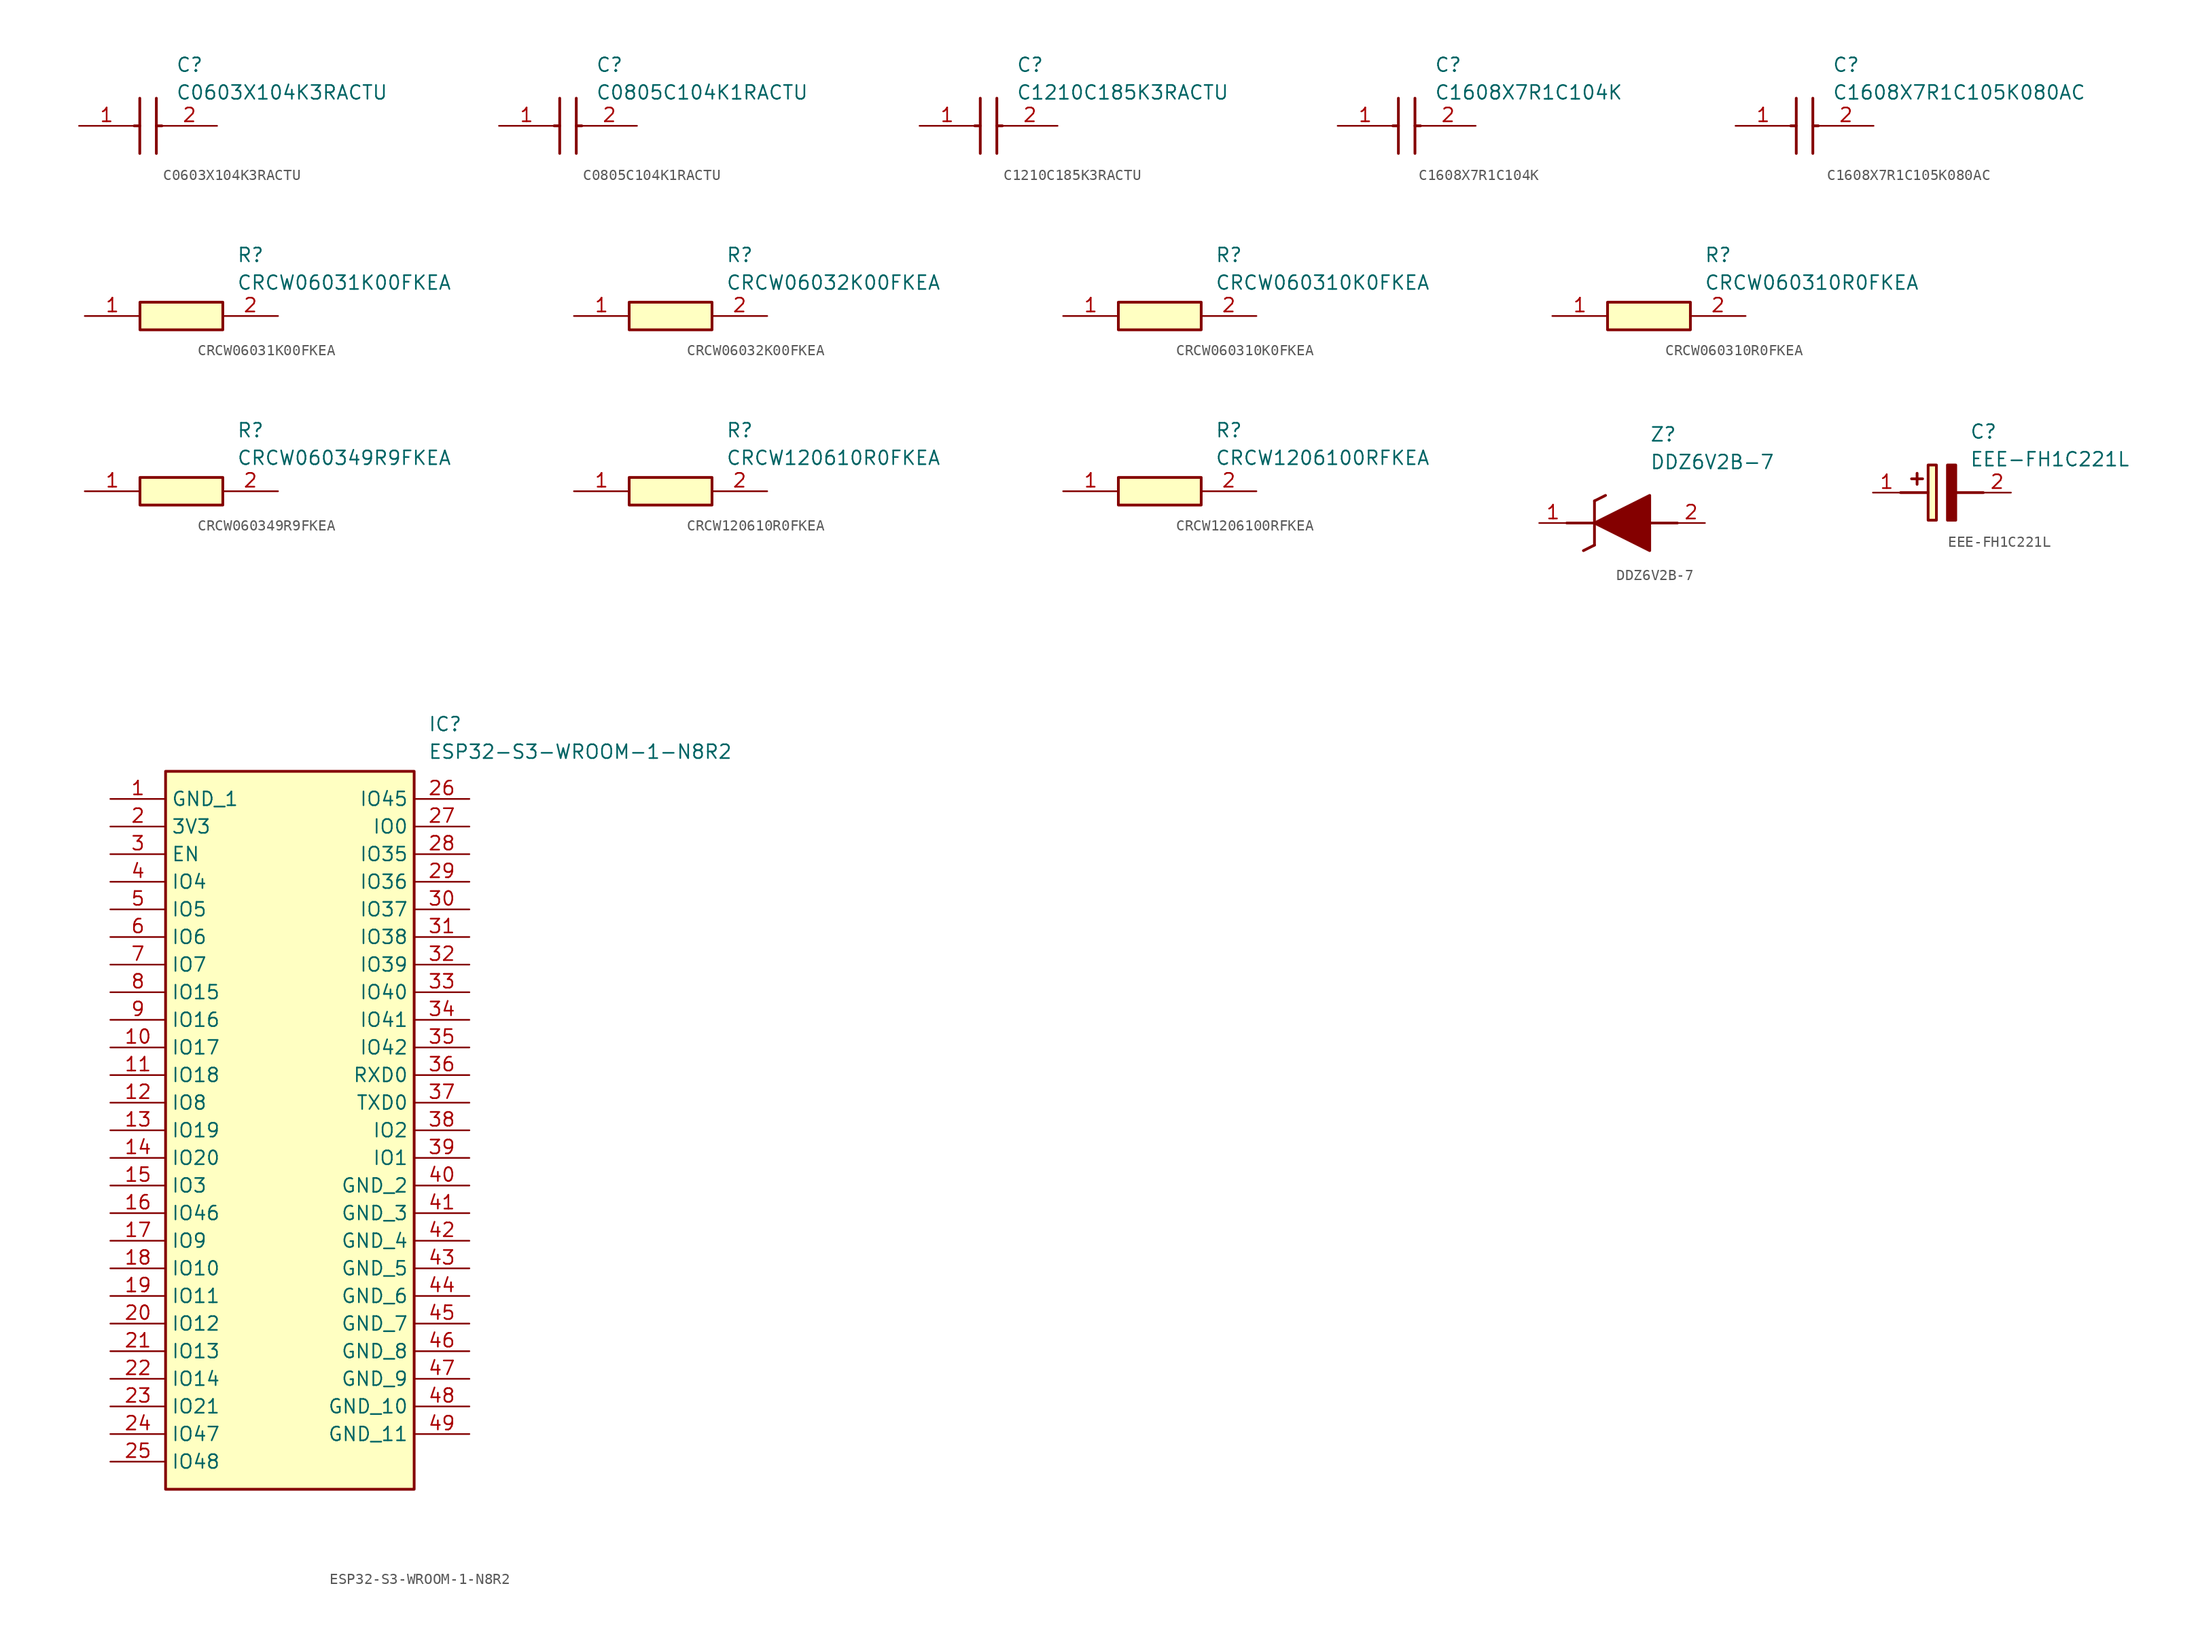
<source format=kicad_sym>
(kicad_symbol_lib
  (version 20220914)
  (generator kicad_symbol_editor)
  (symbol "C0603X104K3RACTU"
    (pin_names hide)
    (property "Reference" "C"
      (at 8.89 6.35 0)
      (effects (font (size 1.27 1.27)) (justify left top)))
    (property "Value" "C0603X104K3RACTU"
      (at 8.89 3.81 0)
      (effects (font (size 1.27 1.27)) (justify left top)))
    (symbol "C0603X104K3RACTU_1_1"
      (polyline (pts (xy 5.08 0) (xy 5.588 0)) (stroke (width 0.254) (type default)) (fill (type none)))
      (polyline (pts (xy 5.588 2.54) (xy 5.588 -2.54)) (stroke (width 0.254) (type default)) (fill (type none)))
      (polyline (pts (xy 7.112 0) (xy 7.62 0)) (stroke (width 0.254) (type default)) (fill (type none)))
      (polyline (pts (xy 7.112 2.54) (xy 7.112 -2.54)) (stroke (width 0.254) (type default)) (fill (type none)))
      (pin passive line (at 0 0 0) (length 5.08) (name "1" (effects (font (size 1.27 1.27)))) (number "1" (effects (font (size 1.27 1.27)))))
      (pin passive line (at 12.7 0 180) (length 5.08) (name "2" (effects (font (size 1.27 1.27)))) (number "2" (effects (font (size 1.27 1.27)))))))
  (symbol "C0805C104K1RACTU"
    (pin_names hide)
    (property "Reference" "C"
      (at 8.89 6.35 0)
      (effects (font (size 1.27 1.27)) (justify left top)))
    (property "Value" "C0805C104K1RACTU"
      (at 8.89 3.81 0)
      (effects (font (size 1.27 1.27)) (justify left top)))
    (symbol "C0805C104K1RACTU_1_1"
      (polyline (pts (xy 5.08 0) (xy 5.588 0)) (stroke (width 0.254) (type default)) (fill (type none)))
      (polyline (pts (xy 5.588 2.54) (xy 5.588 -2.54)) (stroke (width 0.254) (type default)) (fill (type none)))
      (polyline (pts (xy 7.112 0) (xy 7.62 0)) (stroke (width 0.254) (type default)) (fill (type none)))
      (polyline (pts (xy 7.112 2.54) (xy 7.112 -2.54)) (stroke (width 0.254) (type default)) (fill (type none)))
      (pin passive line (at 0 0 0) (length 5.08) (name "1" (effects (font (size 1.27 1.27)))) (number "1" (effects (font (size 1.27 1.27)))))
      (pin passive line (at 12.7 0 180) (length 5.08) (name "2" (effects (font (size 1.27 1.27)))) (number "2" (effects (font (size 1.27 1.27)))))))
  (symbol "C1210C185K3RACTU"
    (pin_names hide)
    (property "Reference" "C"
      (at 8.89 6.35 0)
      (effects (font (size 1.27 1.27)) (justify left top)))
    (property "Value" "C1210C185K3RACTU"
      (at 8.89 3.81 0)
      (effects (font (size 1.27 1.27)) (justify left top)))
    (symbol "C1210C185K3RACTU_1_1"
      (polyline (pts (xy 5.08 0) (xy 5.588 0)) (stroke (width 0.254) (type default)) (fill (type none)))
      (polyline (pts (xy 5.588 2.54) (xy 5.588 -2.54)) (stroke (width 0.254) (type default)) (fill (type none)))
      (polyline (pts (xy 7.112 0) (xy 7.62 0)) (stroke (width 0.254) (type default)) (fill (type none)))
      (polyline (pts (xy 7.112 2.54) (xy 7.112 -2.54)) (stroke (width 0.254) (type default)) (fill (type none)))
      (pin passive line (at 0 0 0) (length 5.08) (name "1" (effects (font (size 1.27 1.27)))) (number "1" (effects (font (size 1.27 1.27)))))
      (pin passive line (at 12.7 0 180) (length 5.08) (name "2" (effects (font (size 1.27 1.27)))) (number "2" (effects (font (size 1.27 1.27)))))))
  (symbol "C1608X7R1C104K"
    (pin_names hide)
    (property "Reference" "C"
      (at 8.89 6.35 0)
      (effects (font (size 1.27 1.27)) (justify left top)))
    (property "Value" "C1608X7R1C104K"
      (at 8.89 3.81 0)
      (effects (font (size 1.27 1.27)) (justify left top)))
    (symbol "C1608X7R1C104K_1_1"
      (polyline (pts (xy 5.08 0) (xy 5.588 0)) (stroke (width 0.254) (type default)) (fill (type none)))
      (polyline (pts (xy 5.588 2.54) (xy 5.588 -2.54)) (stroke (width 0.254) (type default)) (fill (type none)))
      (polyline (pts (xy 7.112 0) (xy 7.62 0)) (stroke (width 0.254) (type default)) (fill (type none)))
      (polyline (pts (xy 7.112 2.54) (xy 7.112 -2.54)) (stroke (width 0.254) (type default)) (fill (type none)))
      (pin passive line (at 0 0 0) (length 5.08) (name "1" (effects (font (size 1.27 1.27)))) (number "1" (effects (font (size 1.27 1.27)))))
      (pin passive line (at 12.7 0 180) (length 5.08) (name "2" (effects (font (size 1.27 1.27)))) (number "2" (effects (font (size 1.27 1.27)))))))
  (symbol "C1608X7R1C105K080AC"
    (pin_names hide)
    (property "Reference" "C"
      (at 8.89 6.35 0)
      (effects (font (size 1.27 1.27)) (justify left top)))
    (property "Value" "C1608X7R1C105K080AC"
      (at 8.89 3.81 0)
      (effects (font (size 1.27 1.27)) (justify left top)))
    (symbol "C1608X7R1C105K080AC_1_1"
      (polyline (pts (xy 5.08 0) (xy 5.588 0)) (stroke (width 0.254) (type default)) (fill (type none)))
      (polyline (pts (xy 5.588 2.54) (xy 5.588 -2.54)) (stroke (width 0.254) (type default)) (fill (type none)))
      (polyline (pts (xy 7.112 0) (xy 7.62 0)) (stroke (width 0.254) (type default)) (fill (type none)))
      (polyline (pts (xy 7.112 2.54) (xy 7.112 -2.54)) (stroke (width 0.254) (type default)) (fill (type none)))
      (pin passive line (at 0 0 0) (length 5.08) (name "1" (effects (font (size 1.27 1.27)))) (number "1" (effects (font (size 1.27 1.27)))))
      (pin passive line (at 12.7 0 180) (length 5.08) (name "2" (effects (font (size 1.27 1.27)))) (number "2" (effects (font (size 1.27 1.27)))))))
  (symbol "CRCW06031K00FKEA"
    (pin_names hide)
    (property "Reference" "R"
      (at 13.97 6.35 0)
      (effects (font (size 1.27 1.27)) (justify left top)))
    (property "Value" "CRCW06031K00FKEA"
      (at 13.97 3.81 0)
      (effects (font (size 1.27 1.27)) (justify left top)))
    (symbol "CRCW06031K00FKEA_1_1"
      (rectangle (start 5.08 1.27) (end 12.7 -1.27) (stroke (width 0.254) (type default)) (fill (type background)))
      (pin passive line (at 0 0 0) (length 5.08) (name "1" (effects (font (size 1.27 1.27)))) (number "1" (effects (font (size 1.27 1.27)))))
      (pin passive line (at 17.78 0 180) (length 5.08) (name "2" (effects (font (size 1.27 1.27)))) (number "2" (effects (font (size 1.27 1.27)))))))
  (symbol "CRCW06032K00FKEA"
    (pin_names hide)
    (property "Reference" "R"
      (at 13.97 6.35 0)
      (effects (font (size 1.27 1.27)) (justify left top)))
    (property "Value" "CRCW06032K00FKEA"
      (at 13.97 3.81 0)
      (effects (font (size 1.27 1.27)) (justify left top)))
    (symbol "CRCW06032K00FKEA_1_1"
      (rectangle (start 5.08 1.27) (end 12.7 -1.27) (stroke (width 0.254) (type default)) (fill (type background)))
      (pin passive line (at 0 0 0) (length 5.08) (name "1" (effects (font (size 1.27 1.27)))) (number "1" (effects (font (size 1.27 1.27)))))
      (pin passive line (at 17.78 0 180) (length 5.08) (name "2" (effects (font (size 1.27 1.27)))) (number "2" (effects (font (size 1.27 1.27)))))))
  (symbol "CRCW060310K0FKEA"
    (pin_names hide)
    (property "Reference" "R"
      (at 13.97 6.35 0)
      (effects (font (size 1.27 1.27)) (justify left top)))
    (property "Value" "CRCW060310K0FKEA"
      (at 13.97 3.81 0)
      (effects (font (size 1.27 1.27)) (justify left top)))
    (symbol "CRCW060310K0FKEA_1_1"
      (rectangle (start 5.08 1.27) (end 12.7 -1.27) (stroke (width 0.254) (type default)) (fill (type background)))
      (pin passive line (at 0 0 0) (length 5.08) (name "1" (effects (font (size 1.27 1.27)))) (number "1" (effects (font (size 1.27 1.27)))))
      (pin passive line (at 17.78 0 180) (length 5.08) (name "2" (effects (font (size 1.27 1.27)))) (number "2" (effects (font (size 1.27 1.27)))))))
  (symbol "CRCW060310R0FKEA"
    (pin_names hide)
    (property "Reference" "R"
      (at 13.97 6.35 0)
      (effects (font (size 1.27 1.27)) (justify left top)))
    (property "Value" "CRCW060310R0FKEA"
      (at 13.97 3.81 0)
      (effects (font (size 1.27 1.27)) (justify left top)))
    (symbol "CRCW060310R0FKEA_1_1"
      (rectangle (start 5.08 1.27) (end 12.7 -1.27) (stroke (width 0.254) (type default)) (fill (type background)))
      (pin passive line (at 0 0 0) (length 5.08) (name "1" (effects (font (size 1.27 1.27)))) (number "1" (effects (font (size 1.27 1.27)))))
      (pin passive line (at 17.78 0 180) (length 5.08) (name "2" (effects (font (size 1.27 1.27)))) (number "2" (effects (font (size 1.27 1.27)))))))
  (symbol "CRCW060349R9FKEA"
    (pin_names hide)
    (property "Reference" "R"
      (at 13.97 6.35 0)
      (effects (font (size 1.27 1.27)) (justify left top)))
    (property "Value" "CRCW060349R9FKEA"
      (at 13.97 3.81 0)
      (effects (font (size 1.27 1.27)) (justify left top)))
    (symbol "CRCW060349R9FKEA_1_1"
      (rectangle (start 5.08 1.27) (end 12.7 -1.27) (stroke (width 0.254) (type default)) (fill (type background)))
      (pin passive line (at 0 0 0) (length 5.08) (name "1" (effects (font (size 1.27 1.27)))) (number "1" (effects (font (size 1.27 1.27)))))
      (pin passive line (at 17.78 0 180) (length 5.08) (name "2" (effects (font (size 1.27 1.27)))) (number "2" (effects (font (size 1.27 1.27)))))))
  (symbol "CRCW120610R0FKEA"
    (pin_names hide)
    (property "Reference" "R"
      (at 13.97 6.35 0)
      (effects (font (size 1.27 1.27)) (justify left top)))
    (property "Value" "CRCW120610R0FKEA"
      (at 13.97 3.81 0)
      (effects (font (size 1.27 1.27)) (justify left top)))
    (symbol "CRCW120610R0FKEA_1_1"
      (rectangle (start 5.08 1.27) (end 12.7 -1.27) (stroke (width 0.254) (type default)) (fill (type background)))
      (pin passive line (at 0 0 0) (length 5.08) (name "1" (effects (font (size 1.27 1.27)))) (number "1" (effects (font (size 1.27 1.27)))))
      (pin passive line (at 17.78 0 180) (length 5.08) (name "2" (effects (font (size 1.27 1.27)))) (number "2" (effects (font (size 1.27 1.27)))))))
  (symbol "CRCW1206100RFKEA"
    (pin_names hide)
    (property "Reference" "R"
      (at 13.97 6.35 0)
      (effects (font (size 1.27 1.27)) (justify left top)))
    (property "Value" "CRCW1206100RFKEA"
      (at 13.97 3.81 0)
      (effects (font (size 1.27 1.27)) (justify left top)))
    (symbol "CRCW1206100RFKEA_1_1"
      (rectangle (start 5.08 1.27) (end 12.7 -1.27) (stroke (width 0.254) (type default)) (fill (type background)))
      (pin passive line (at 0 0 0) (length 5.08) (name "1" (effects (font (size 1.27 1.27)))) (number "1" (effects (font (size 1.27 1.27)))))
      (pin passive line (at 17.78 0 180) (length 5.08) (name "2" (effects (font (size 1.27 1.27)))) (number "2" (effects (font (size 1.27 1.27)))))))
  (symbol "DDZ6V2B-7"
    (pin_names hide)
    (property "Reference" "Z"
      (at 10.16 8.89 0)
      (effects (font (size 1.27 1.27)) (justify left top)))
    (property "Value" "DDZ6V2B-7"
      (at 10.16 6.35 0)
      (effects (font (size 1.27 1.27)) (justify left top)))
    (symbol "DDZ6V2B-7_1_1"
      (polyline (pts (xy 2.54 0) (xy 5.08 0)) (stroke (width 0.254) (type default)) (fill (type none)))
      (polyline (pts (xy 4.064 -2.54) (xy 5.08 -2.032)) (stroke (width 0.254) (type default)) (fill (type none)))
      (polyline (pts (xy 5.08 2.032) (xy 5.08 -2.032)) (stroke (width 0.254) (type default)) (fill (type none)))
      (polyline (pts (xy 5.08 2.032) (xy 6.096 2.54)) (stroke (width 0.254) (type default)) (fill (type none)))
      (polyline (pts (xy 12.7 0) (xy 10.16 0)) (stroke (width 0.254) (type default)) (fill (type none)))
      (polyline (pts (xy 5.08 0) (xy 10.16 2.54) (xy 10.16 -2.54) (xy 5.08 0)) (stroke (width 0.254) (type default)) (fill (type outline)))
      (pin passive line (at 0 0 0) (length 2.54) (name "K" (effects (font (size 1.27 1.27)))) (number "1" (effects (font (size 1.27 1.27)))))
      (pin passive line (at 15.24 0 180) (length 2.54) (name "A" (effects (font (size 1.27 1.27)))) (number "2" (effects (font (size 1.27 1.27)))))))
  (symbol "EEE-FH1C221L"
    (pin_names hide)
    (property "Reference" "C"
      (at 8.89 6.35 0)
      (effects (font (size 1.27 1.27)) (justify left top)))
    (property "Value" "EEE-FH1C221L"
      (at 8.89 3.81 0)
      (effects (font (size 1.27 1.27)) (justify left top)))
    (symbol "EEE-FH1C221L_1_1"
      (polyline (pts (xy 2.54 0) (xy 5.08 0)) (stroke (width 0.254) (type default)) (fill (type none)))
      (polyline (pts (xy 4.064 1.778) (xy 4.064 0.762)) (stroke (width 0.254) (type default)) (fill (type none)))
      (polyline (pts (xy 4.572 1.27) (xy 3.556 1.27)) (stroke (width 0.254) (type default)) (fill (type none)))
      (polyline (pts (xy 7.62 0) (xy 10.16 0)) (stroke (width 0.254) (type default)) (fill (type none)))
      (polyline (pts (xy 7.62 2.54) (xy 7.62 -2.54) (xy 6.858 -2.54) (xy 6.858 2.54) (xy 7.62 2.54)) (stroke (width 0.254) (type default)) (fill (type outline)))
      (rectangle (start 5.08 2.54) (end 5.842 -2.54) (stroke (width 0.254) (type default)) (fill (type background)))
      (pin passive line (at 0 0 0) (length 2.54) (name "+" (effects (font (size 1.27 1.27)))) (number "1" (effects (font (size 1.27 1.27)))))
      (pin passive line (at 12.7 0 180) (length 2.54) (name "-" (effects (font (size 1.27 1.27)))) (number "2" (effects (font (size 1.27 1.27)))))))
  (symbol "ESP32-S3-WROOM-1-N8R2"
    (property "Reference" "IC"
      (at 29.21 7.62 0)
      (effects (font (size 1.27 1.27)) (justify left top)))
    (property "Value" "ESP32-S3-WROOM-1-N8R2"
      (at 29.21 5.08 0)
      (effects (font (size 1.27 1.27)) (justify left top)))
    (symbol "ESP32-S3-WROOM-1-N8R2_1_1"
      (rectangle (start 5.08 2.54) (end 27.94 -63.5) (stroke (width 0.254) (type default)) (fill (type background)))
      (pin passive line (at 0 0 0) (length 5.08) (name "GND_1" (effects (font (size 1.27 1.27)))) (number "1" (effects (font (size 1.27 1.27)))))
      (pin passive line (at 0 -22.86 0) (length 5.08) (name "IO17" (effects (font (size 1.27 1.27)))) (number "10" (effects (font (size 1.27 1.27)))))
      (pin passive line (at 0 -25.4 0) (length 5.08) (name "IO18" (effects (font (size 1.27 1.27)))) (number "11" (effects (font (size 1.27 1.27)))))
      (pin passive line (at 0 -27.94 0) (length 5.08) (name "IO8" (effects (font (size 1.27 1.27)))) (number "12" (effects (font (size 1.27 1.27)))))
      (pin passive line (at 0 -30.48 0) (length 5.08) (name "IO19" (effects (font (size 1.27 1.27)))) (number "13" (effects (font (size 1.27 1.27)))))
      (pin passive line (at 0 -33.02 0) (length 5.08) (name "IO20" (effects (font (size 1.27 1.27)))) (number "14" (effects (font (size 1.27 1.27)))))
      (pin passive line (at 0 -35.56 0) (length 5.08) (name "IO3" (effects (font (size 1.27 1.27)))) (number "15" (effects (font (size 1.27 1.27)))))
      (pin passive line (at 0 -38.1 0) (length 5.08) (name "IO46" (effects (font (size 1.27 1.27)))) (number "16" (effects (font (size 1.27 1.27)))))
      (pin passive line (at 0 -40.64 0) (length 5.08) (name "IO9" (effects (font (size 1.27 1.27)))) (number "17" (effects (font (size 1.27 1.27)))))
      (pin passive line (at 0 -43.18 0) (length 5.08) (name "IO10" (effects (font (size 1.27 1.27)))) (number "18" (effects (font (size 1.27 1.27)))))
      (pin passive line (at 0 -45.72 0) (length 5.08) (name "IO11" (effects (font (size 1.27 1.27)))) (number "19" (effects (font (size 1.27 1.27)))))
      (pin passive line (at 0 -2.54 0) (length 5.08) (name "3V3" (effects (font (size 1.27 1.27)))) (number "2" (effects (font (size 1.27 1.27)))))
      (pin passive line (at 0 -48.26 0) (length 5.08) (name "IO12" (effects (font (size 1.27 1.27)))) (number "20" (effects (font (size 1.27 1.27)))))
      (pin passive line (at 0 -50.8 0) (length 5.08) (name "IO13" (effects (font (size 1.27 1.27)))) (number "21" (effects (font (size 1.27 1.27)))))
      (pin passive line (at 0 -53.34 0) (length 5.08) (name "IO14" (effects (font (size 1.27 1.27)))) (number "22" (effects (font (size 1.27 1.27)))))
      (pin passive line (at 0 -55.88 0) (length 5.08) (name "IO21" (effects (font (size 1.27 1.27)))) (number "23" (effects (font (size 1.27 1.27)))))
      (pin passive line (at 0 -58.42 0) (length 5.08) (name "IO47" (effects (font (size 1.27 1.27)))) (number "24" (effects (font (size 1.27 1.27)))))
      (pin passive line (at 0 -60.96 0) (length 5.08) (name "IO48" (effects (font (size 1.27 1.27)))) (number "25" (effects (font (size 1.27 1.27)))))
      (pin passive line (at 33.02 0 180) (length 5.08) (name "IO45" (effects (font (size 1.27 1.27)))) (number "26" (effects (font (size 1.27 1.27)))))
      (pin passive line (at 33.02 -2.54 180) (length 5.08) (name "IO0" (effects (font (size 1.27 1.27)))) (number "27" (effects (font (size 1.27 1.27)))))
      (pin passive line (at 33.02 -5.08 180) (length 5.08) (name "IO35" (effects (font (size 1.27 1.27)))) (number "28" (effects (font (size 1.27 1.27)))))
      (pin passive line (at 33.02 -7.62 180) (length 5.08) (name "IO36" (effects (font (size 1.27 1.27)))) (number "29" (effects (font (size 1.27 1.27)))))
      (pin passive line (at 0 -5.08 0) (length 5.08) (name "EN" (effects (font (size 1.27 1.27)))) (number "3" (effects (font (size 1.27 1.27)))))
      (pin passive line (at 33.02 -10.16 180) (length 5.08) (name "IO37" (effects (font (size 1.27 1.27)))) (number "30" (effects (font (size 1.27 1.27)))))
      (pin passive line (at 33.02 -12.7 180) (length 5.08) (name "IO38" (effects (font (size 1.27 1.27)))) (number "31" (effects (font (size 1.27 1.27)))))
      (pin passive line (at 33.02 -15.24 180) (length 5.08) (name "IO39" (effects (font (size 1.27 1.27)))) (number "32" (effects (font (size 1.27 1.27)))))
      (pin passive line (at 33.02 -17.78 180) (length 5.08) (name "IO40" (effects (font (size 1.27 1.27)))) (number "33" (effects (font (size 1.27 1.27)))))
      (pin passive line (at 33.02 -20.32 180) (length 5.08) (name "IO41" (effects (font (size 1.27 1.27)))) (number "34" (effects (font (size 1.27 1.27)))))
      (pin passive line (at 33.02 -22.86 180) (length 5.08) (name "IO42" (effects (font (size 1.27 1.27)))) (number "35" (effects (font (size 1.27 1.27)))))
      (pin passive line (at 33.02 -25.4 180) (length 5.08) (name "RXD0" (effects (font (size 1.27 1.27)))) (number "36" (effects (font (size 1.27 1.27)))))
      (pin passive line (at 33.02 -27.94 180) (length 5.08) (name "TXD0" (effects (font (size 1.27 1.27)))) (number "37" (effects (font (size 1.27 1.27)))))
      (pin passive line (at 33.02 -30.48 180) (length 5.08) (name "IO2" (effects (font (size 1.27 1.27)))) (number "38" (effects (font (size 1.27 1.27)))))
      (pin passive line (at 33.02 -33.02 180) (length 5.08) (name "IO1" (effects (font (size 1.27 1.27)))) (number "39" (effects (font (size 1.27 1.27)))))
      (pin passive line (at 0 -7.62 0) (length 5.08) (name "IO4" (effects (font (size 1.27 1.27)))) (number "4" (effects (font (size 1.27 1.27)))))
      (pin passive line (at 33.02 -35.56 180) (length 5.08) (name "GND_2" (effects (font (size 1.27 1.27)))) (number "40" (effects (font (size 1.27 1.27)))))
      (pin passive line (at 33.02 -38.1 180) (length 5.08) (name "GND_3" (effects (font (size 1.27 1.27)))) (number "41" (effects (font (size 1.27 1.27)))))
      (pin passive line (at 33.02 -40.64 180) (length 5.08) (name "GND_4" (effects (font (size 1.27 1.27)))) (number "42" (effects (font (size 1.27 1.27)))))
      (pin passive line (at 33.02 -43.18 180) (length 5.08) (name "GND_5" (effects (font (size 1.27 1.27)))) (number "43" (effects (font (size 1.27 1.27)))))
      (pin passive line (at 33.02 -45.72 180) (length 5.08) (name "GND_6" (effects (font (size 1.27 1.27)))) (number "44" (effects (font (size 1.27 1.27)))))
      (pin passive line (at 33.02 -48.26 180) (length 5.08) (name "GND_7" (effects (font (size 1.27 1.27)))) (number "45" (effects (font (size 1.27 1.27)))))
      (pin passive line (at 33.02 -50.8 180) (length 5.08) (name "GND_8" (effects (font (size 1.27 1.27)))) (number "46" (effects (font (size 1.27 1.27)))))
      (pin passive line (at 33.02 -53.34 180) (length 5.08) (name "GND_9" (effects (font (size 1.27 1.27)))) (number "47" (effects (font (size 1.27 1.27)))))
      (pin passive line (at 33.02 -55.88 180) (length 5.08) (name "GND_10" (effects (font (size 1.27 1.27)))) (number "48" (effects (font (size 1.27 1.27)))))
      (pin passive line (at 33.02 -58.42 180) (length 5.08) (name "GND_11" (effects (font (size 1.27 1.27)))) (number "49" (effects (font (size 1.27 1.27)))))
      (pin passive line (at 0 -10.16 0) (length 5.08) (name "IO5" (effects (font (size 1.27 1.27)))) (number "5" (effects (font (size 1.27 1.27)))))
      (pin passive line (at 0 -12.7 0) (length 5.08) (name "IO6" (effects (font (size 1.27 1.27)))) (number "6" (effects (font (size 1.27 1.27)))))
      (pin passive line (at 0 -15.24 0) (length 5.08) (name "IO7" (effects (font (size 1.27 1.27)))) (number "7" (effects (font (size 1.27 1.27)))))
      (pin passive line (at 0 -17.78 0) (length 5.08) (name "IO15" (effects (font (size 1.27 1.27)))) (number "8" (effects (font (size 1.27 1.27)))))
      (pin passive line (at 0 -20.32 0) (length 5.08) (name "IO16" (effects (font (size 1.27 1.27)))) (number "9" (effects (font (size 1.27 1.27))))))))
</source>
